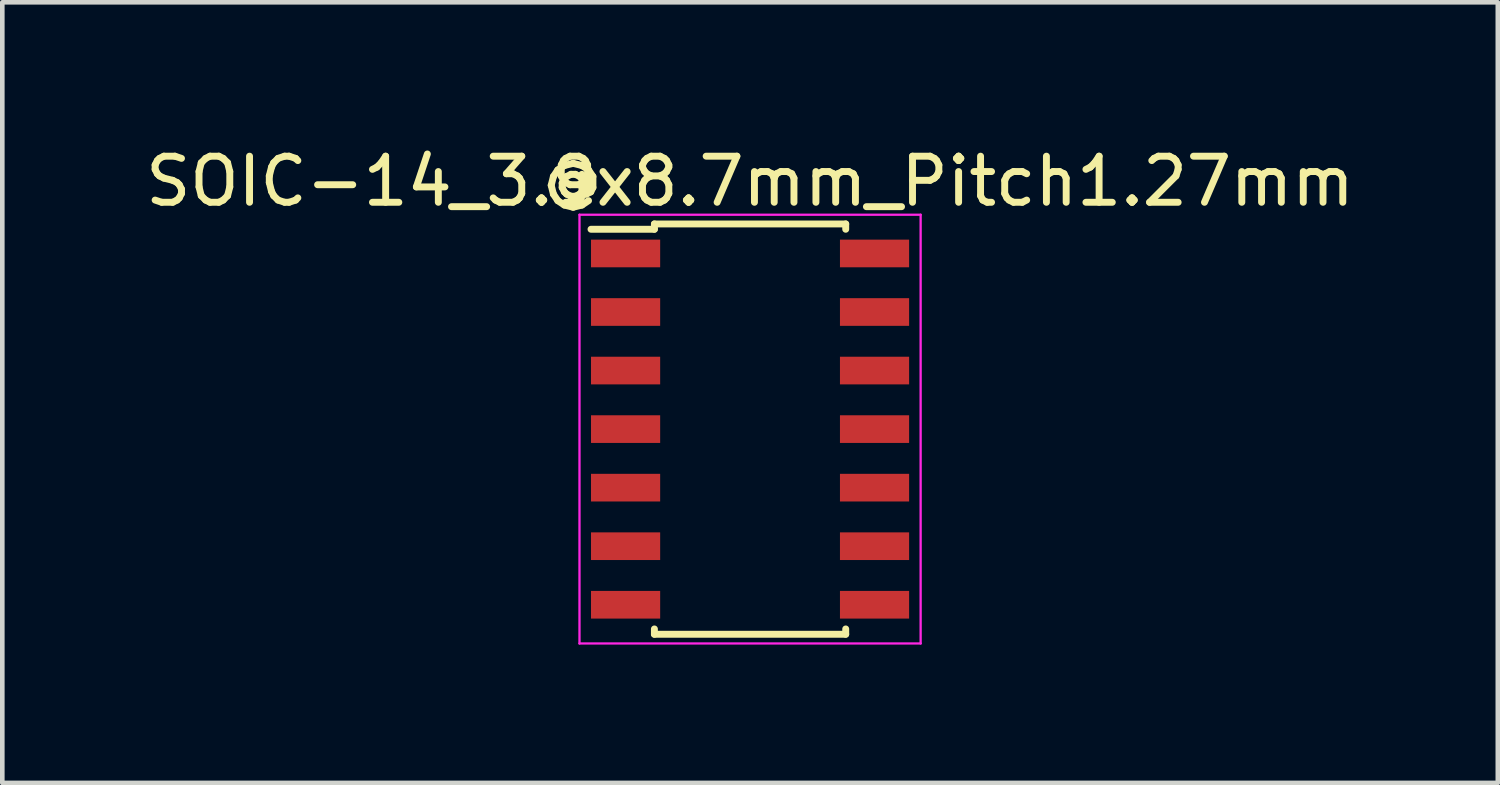
<source format=kicad_pcb>
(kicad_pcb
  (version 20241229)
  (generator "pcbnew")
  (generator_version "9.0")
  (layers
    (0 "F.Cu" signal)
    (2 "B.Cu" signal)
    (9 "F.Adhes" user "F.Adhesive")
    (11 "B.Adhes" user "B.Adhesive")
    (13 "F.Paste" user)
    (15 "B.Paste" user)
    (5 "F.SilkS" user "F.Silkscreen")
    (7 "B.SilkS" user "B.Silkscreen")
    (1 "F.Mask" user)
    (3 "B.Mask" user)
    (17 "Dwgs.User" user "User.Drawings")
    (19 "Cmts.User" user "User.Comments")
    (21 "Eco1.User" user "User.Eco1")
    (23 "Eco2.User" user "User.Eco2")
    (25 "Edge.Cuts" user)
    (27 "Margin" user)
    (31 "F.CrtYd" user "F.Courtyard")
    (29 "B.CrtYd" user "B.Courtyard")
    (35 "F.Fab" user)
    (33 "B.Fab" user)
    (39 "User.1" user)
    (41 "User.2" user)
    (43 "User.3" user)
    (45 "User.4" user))
  (footprint "SOIC-14_3.9x8.7mm_Pitch1.27mm"
    (layer "F.Cu")
    (at 13.22 6.258)
    (property "Reference" "SOIC-14_3.9x8.7mm_Pitch1.27mm" (at 0 -5.375 0) (layer "F.SilkS") (effects (font (size 1 1) (thickness 0.15))))
    (attr smd)
    (fp_line (start -2.075 -4.45) (end -2.075 -4.335) (stroke (width 0.15) (type solid)) (layer "F.SilkS"))
    (fp_line (start -2.075 -4.45) (end 2.075 -4.45) (stroke (width 0.15) (type solid)) (layer "F.SilkS"))
    (fp_line (start -2.075 -4.335) (end -3.45 -4.335) (stroke (width 0.15) (type solid)) (layer "F.SilkS"))
    (fp_line (start -2.075 4.45) (end -2.075 4.335) (stroke (width 0.15) (type solid)) (layer "F.SilkS"))
    (fp_line (start -2.075 4.45) (end 2.075 4.45) (stroke (width 0.15) (type solid)) (layer "F.SilkS"))
    (fp_line (start 2.075 -4.45) (end 2.075 -4.335) (stroke (width 0.15) (type solid)) (layer "F.SilkS"))
    (fp_line (start 2.075 4.45) (end 2.075 4.335) (stroke (width 0.15) (type solid)) (layer "F.SilkS"))
    (fp_line (start -3.7 -4.65) (end -3.7 4.65) (stroke (width 0.05) (type solid)) (layer "F.CrtYd"))
    (fp_line (start -3.7 -4.65) (end 3.7 -4.65) (stroke (width 0.05) (type solid)) (layer "F.CrtYd"))
    (fp_line (start -3.7 4.65) (end 3.7 4.65) (stroke (width 0.05) (type solid)) (layer "F.CrtYd"))
    (fp_line (start 3.7 -4.65) (end 3.7 4.65) (stroke (width 0.05) (type solid)) (layer "F.CrtYd"))
    (fp_text user "@" (at -3.861 -5.41 0) (layer "F.SilkS") (effects (font (size 1 1) (thickness 0.15))))
    (pad "1" smd rect (at -2.7 -3.81) (size 1.5 0.6) (layers "F.Cu" "F.Mask" "F.Paste"))
    (pad "2" smd rect (at -2.7 -2.54) (size 1.5 0.6) (layers "F.Cu" "F.Mask" "F.Paste"))
    (pad "3" smd rect (at -2.7 -1.27) (size 1.5 0.6) (layers "F.Cu" "F.Mask" "F.Paste"))
    (pad "4" smd rect (at -2.7 0) (size 1.5 0.6) (layers "F.Cu" "F.Mask" "F.Paste"))
    (pad "5" smd rect (at -2.7 1.27) (size 1.5 0.6) (layers "F.Cu" "F.Mask" "F.Paste"))
    (pad "6" smd rect (at -2.7 2.54) (size 1.5 0.6) (layers "F.Cu" "F.Mask" "F.Paste"))
    (pad "7" smd rect (at -2.7 3.81) (size 1.5 0.6) (layers "F.Cu" "F.Mask" "F.Paste"))
    (pad "8" smd rect (at 2.7 3.81) (size 1.5 0.6) (layers "F.Cu" "F.Mask" "F.Paste"))
    (pad "9" smd rect (at 2.7 2.54) (size 1.5 0.6) (layers "F.Cu" "F.Mask" "F.Paste"))
    (pad "10" smd rect (at 2.7 1.27) (size 1.5 0.6) (layers "F.Cu" "F.Mask" "F.Paste"))
    (pad "11" smd rect (at 2.7 0) (size 1.5 0.6) (layers "F.Cu" "F.Mask" "F.Paste"))
    (pad "12" smd rect (at 2.7 -1.27) (size 1.5 0.6) (layers "F.Cu" "F.Mask" "F.Paste"))
    (pad "13" smd rect (at 2.7 -2.54) (size 1.5 0.6) (layers "F.Cu" "F.Mask" "F.Paste"))
    (pad "14" smd rect (at 2.7 -3.81) (size 1.5 0.6) (layers "F.Cu" "F.Mask" "F.Paste")))
  (gr_rect
    (start -3 -3)
    (end 29.44 13.933)
    (stroke (width 0.1) (type default))
    (fill no)
    (layer "Edge.Cuts")))
</source>
